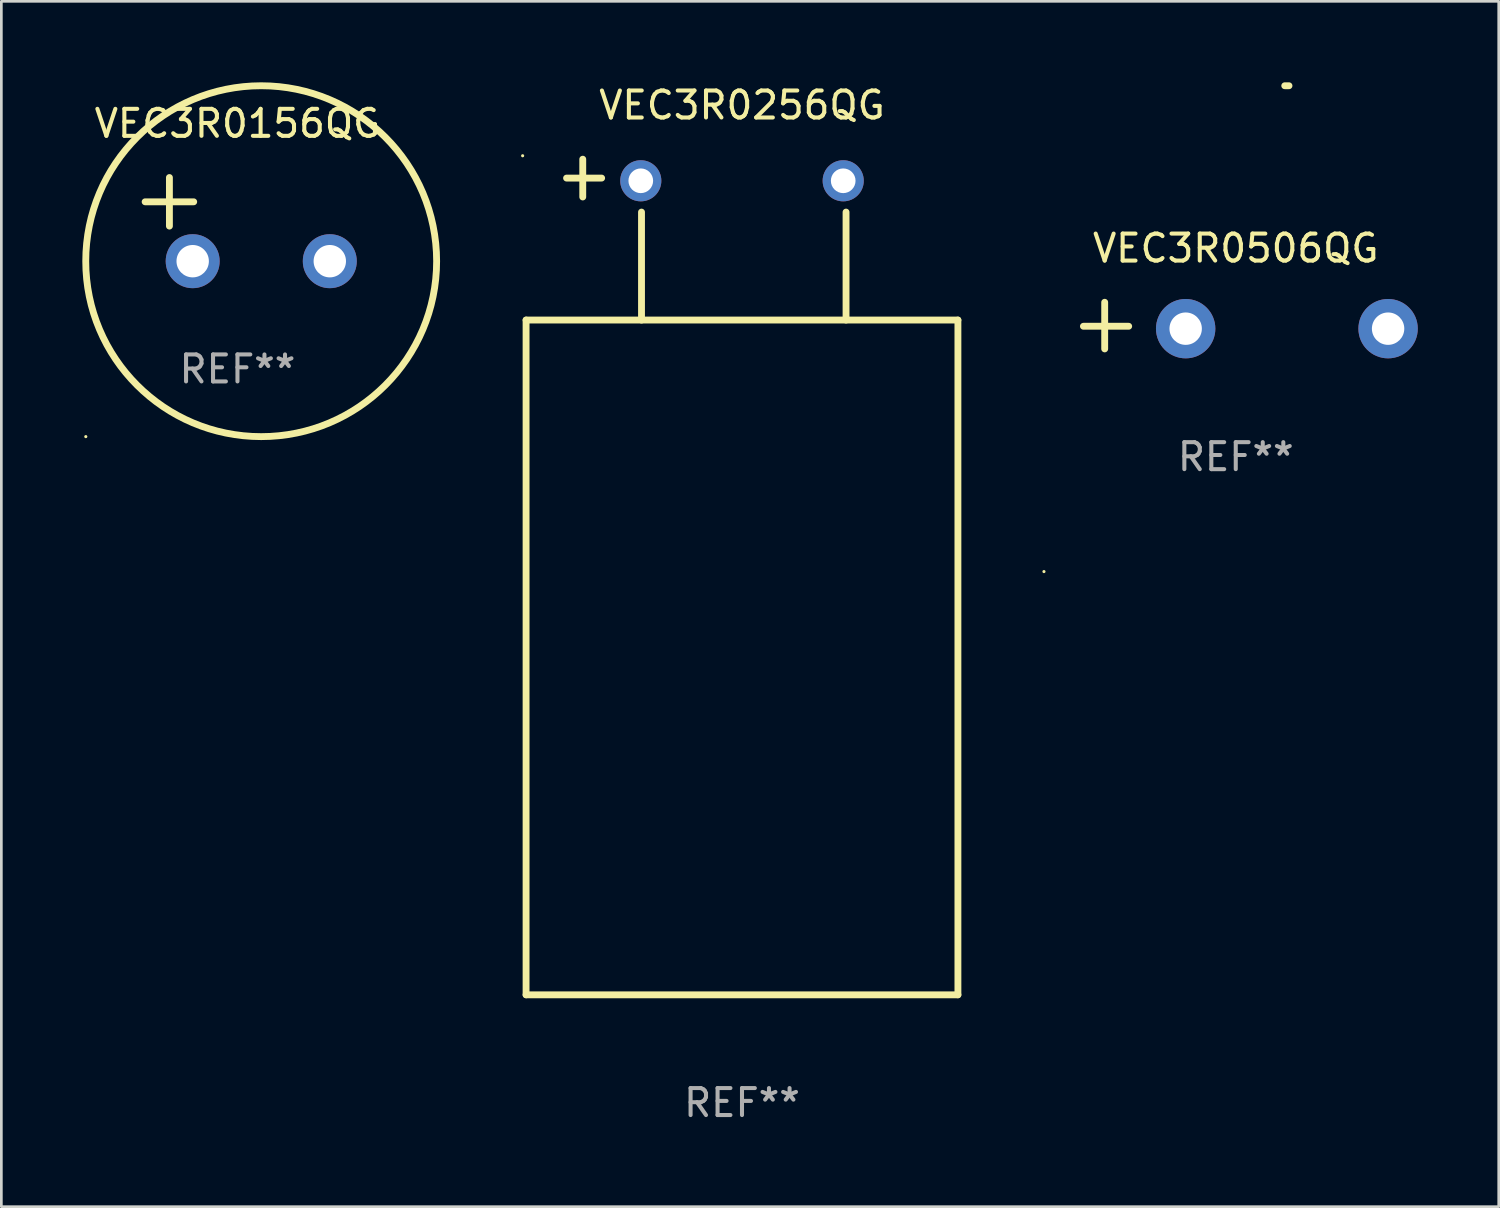
<source format=kicad_pcb>
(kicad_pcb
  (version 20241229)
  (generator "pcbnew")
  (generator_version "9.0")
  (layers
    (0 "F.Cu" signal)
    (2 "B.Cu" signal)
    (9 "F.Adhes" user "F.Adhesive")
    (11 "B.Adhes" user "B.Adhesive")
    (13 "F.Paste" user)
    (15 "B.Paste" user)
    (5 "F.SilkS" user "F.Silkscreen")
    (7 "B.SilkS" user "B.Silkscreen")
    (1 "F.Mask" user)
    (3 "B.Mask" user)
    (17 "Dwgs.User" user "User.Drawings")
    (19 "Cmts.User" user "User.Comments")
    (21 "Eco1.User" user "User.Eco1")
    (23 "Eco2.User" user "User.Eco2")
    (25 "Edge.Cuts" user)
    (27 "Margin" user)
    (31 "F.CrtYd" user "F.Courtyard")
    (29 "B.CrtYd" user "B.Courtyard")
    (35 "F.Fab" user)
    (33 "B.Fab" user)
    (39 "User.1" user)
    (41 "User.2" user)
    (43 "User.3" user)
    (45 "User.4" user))
  (footprint "VEC3R0156QG"
    (layer "F.Cu")
    (at 5.748 5.077)
    (property "Reference" "VEC3R0156QG" (at 0 -3.55 0) (layer "F.SilkS") (effects (font (size 1 1) (thickness 0.15))))
    (attr through_hole)
    (fp_line (start -3.421 -0.65) (end -1.621 -0.65) (stroke (width 0.254) (type solid)) (layer "F.SilkS"))
    (fp_line (start -2.521 -1.55) (end -2.521 0.25) (stroke (width 0.254) (type solid)) (layer "F.SilkS"))
    (fp_circle (center -5.619 8.05) (end -5.589 8.05) (stroke (width 0.06) (type solid)) (fill no) (layer "F.SilkS"))
    (fp_circle (center 0.879 1.55) (end 7.379 1.55) (stroke (width 0.254) (type solid)) (fill no) (layer "F.SilkS"))
    (fp_text user "REF**" (at 0 5.55 0) (layer "F.Fab") (effects (font (size 1 1) (thickness 0.15))))
    (pad "1" thru_hole circle (at -1.659 1.55) (size 2 2) (drill 1.2) (layers "*.Cu" "*.Mask"))
    (pad "2" thru_hole circle (at 3.421 1.55) (size 2 2) (drill 1.2) (layers "*.Cu" "*.Mask")))
  (footprint "VEC3R0256QG"
    (layer "F.Cu")
    (at 24.441 18.328)
    (property "Reference" "VEC3R0256QG" (at 0 -17.48 0) (layer "F.SilkS") (effects (font (size 1 1) (thickness 0.15))))
    (attr through_hole)
    (fp_line (start -8 -9.52) (end 8 -9.52) (stroke (width 0.254) (type solid)) (layer "F.SilkS"))
    (fp_line (start -8 15.48) (end -8 -9.52) (stroke (width 0.254) (type solid)) (layer "F.SilkS"))
    (fp_line (start -8 15.48) (end 8 15.48) (stroke (width 0.254) (type solid)) (layer "F.SilkS"))
    (fp_line (start -6.5 -14.78) (end -5.2 -14.78) (stroke (width 0.254) (type solid)) (layer "F.SilkS"))
    (fp_line (start -5.9 -14.08) (end -5.9 -15.48) (stroke (width 0.254) (type solid)) (layer "F.SilkS"))
    (fp_line (start -3.723 -9.52) (end -3.723 -13.52) (stroke (width 0.254) (type solid)) (layer "F.SilkS"))
    (fp_line (start 3.855 -9.52) (end 3.855 -13.52) (stroke (width 0.254) (type solid)) (layer "F.SilkS"))
    (fp_line (start 8 15.48) (end 8 -9.52) (stroke (width 0.254) (type solid)) (layer "F.SilkS"))
    (fp_circle (center -8.127 -15.607) (end -8.097 -15.607) (stroke (width 0.06) (type solid)) (fill no) (layer "F.SilkS"))
    (fp_text user "REF**" (at 0 19.48 0) (layer "F.Fab") (effects (font (size 1 1) (thickness 0.15))))
    (pad "1" thru_hole circle (at -3.75 -14.68) (size 1.524 1.524) (drill 0.914) (layers "*.Cu" "*.Mask"))
    (pad "2" thru_hole circle (at 3.75 -14.68) (size 1.524 1.524) (drill 0.914) (layers "*.Cu" "*.Mask")))
  (footprint "VEC3R0506QG"
    (layer "F.Cu")
    (at 42.735 9.013)
    (property "Reference" "VEC3R0506QG" (at 0 -2.864 0) (layer "F.SilkS") (effects (font (size 1 1) (thickness 0.15))))
    (attr through_hole)
    (fp_line (start -4.856 0.864) (end -4.856 -0.864) (stroke (width 0.254) (type solid)) (layer "F.SilkS"))
    (fp_line (start -3.967 0.025) (end -5.644 0.025) (stroke (width 0.254) (type solid)) (layer "F.SilkS"))
    (fp_arc (start 1.815024 -8.885649) (mid 1.893764 -8.88599) (end 1.972504 -8.885649) (stroke (width 0.254001) (type solid)) (layer "F.SilkS"))
    (fp_circle (center -7.106 9.114) (end -7.076 9.114) (stroke (width 0.06) (type solid)) (fill no) (layer "F.SilkS"))
    (fp_text user "REF**" (at 0 4.864 0) (layer "F.Fab") (effects (font (size 1 1) (thickness 0.15))))
    (pad "1" thru_hole circle (at -1.856 0.114) (size 2.2 2.2) (drill 1.2) (layers "*.Cu" "*.Mask"))
    (pad "2" thru_hole circle (at 5.644 0.114) (size 2.2 2.2) (drill 1.2) (layers "*.Cu" "*.Mask")))
  (gr_rect
    (start -3 -3)
    (end 52.478 41.657)
    (stroke (width 0.1) (type default))
    (fill no)
    (layer "Edge.Cuts")))
</source>
